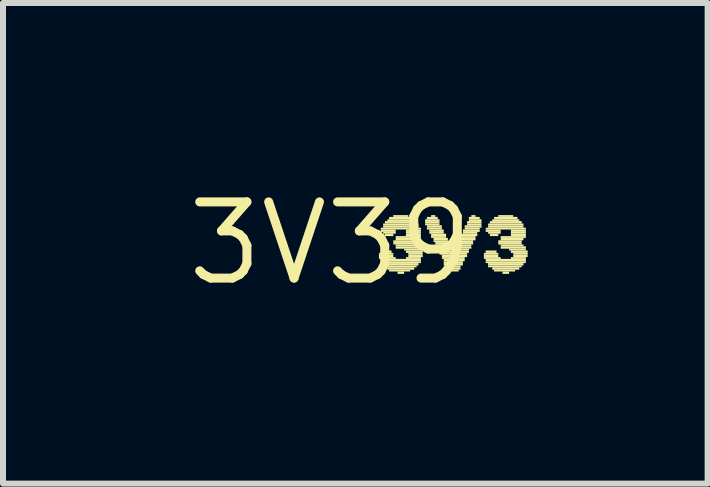
<source format=kicad_pcb>
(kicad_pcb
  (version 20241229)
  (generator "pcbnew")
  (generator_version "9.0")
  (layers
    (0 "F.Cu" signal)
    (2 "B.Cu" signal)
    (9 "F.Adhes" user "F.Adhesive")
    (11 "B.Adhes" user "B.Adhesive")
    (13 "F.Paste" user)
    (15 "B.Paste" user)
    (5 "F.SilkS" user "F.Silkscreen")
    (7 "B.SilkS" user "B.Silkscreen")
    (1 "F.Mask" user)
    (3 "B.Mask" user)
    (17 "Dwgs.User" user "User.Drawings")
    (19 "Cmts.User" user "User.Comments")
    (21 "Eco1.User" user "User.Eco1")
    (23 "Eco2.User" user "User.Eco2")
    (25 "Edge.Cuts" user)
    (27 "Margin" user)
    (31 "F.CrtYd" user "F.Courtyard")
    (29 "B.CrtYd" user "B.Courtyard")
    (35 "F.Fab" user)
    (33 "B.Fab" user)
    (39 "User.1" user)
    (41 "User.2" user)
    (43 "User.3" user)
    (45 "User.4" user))
  (footprint "3V39"
    (layer "F.Cu")
    (at 2.457 1.006)
    (property "Reference" "3V39" (at 0 0 0) (layer "F.SilkS") (effects (font (size 1.27 1.27) (thickness 0.15))))
    (attr through_hole)
    (fp_poly (pts (xy 0.81 0.19) (xy 1.05 0.19) (xy 1.05 0.16) (xy 0.81 0.16)) (stroke (width 0) (type solid)) (fill yes) (layer "F.SilkS"))
    (fp_poly (pts (xy 0.81 0.23) (xy 1.05 0.23) (xy 1.05 0.19) (xy 0.81 0.19)) (stroke (width 0) (type solid)) (fill yes) (layer "F.SilkS"))
    (fp_poly (pts (xy 0.81 0.26) (xy 1.09 0.26) (xy 1.09 0.23) (xy 0.81 0.23)) (stroke (width 0) (type solid)) (fill yes) (layer "F.SilkS"))
    (fp_poly (pts (xy 0.84 -0.23) (xy 1.51 -0.23) (xy 1.51 -0.26) (xy 0.84 -0.26)) (stroke (width 0) (type solid)) (fill yes) (layer "F.SilkS"))
    (fp_poly (pts (xy 0.84 -0.19) (xy 1.09 -0.19) (xy 1.09 -0.23) (xy 0.84 -0.23)) (stroke (width 0) (type solid)) (fill yes) (layer "F.SilkS"))
    (fp_poly (pts (xy 0.84 0.16) (xy 1.02 0.16) (xy 1.02 0.12) (xy 0.84 0.12)) (stroke (width 0) (type solid)) (fill yes) (layer "F.SilkS"))
    (fp_poly (pts (xy 0.84 0.3) (xy 1.51 0.3) (xy 1.51 0.26) (xy 0.84 0.26)) (stroke (width 0) (type solid)) (fill yes) (layer "F.SilkS"))
    (fp_poly (pts (xy 0.84 0.33) (xy 1.51 0.33) (xy 1.51 0.3) (xy 0.84 0.3)) (stroke (width 0) (type solid)) (fill yes) (layer "F.SilkS"))
    (fp_poly (pts (xy 0.88 -0.3) (xy 1.47 -0.3) (xy 1.47 -0.33) (xy 0.88 -0.33)) (stroke (width 0) (type solid)) (fill yes) (layer "F.SilkS"))
    (fp_poly (pts (xy 0.88 -0.26) (xy 1.47 -0.26) (xy 1.47 -0.3) (xy 0.88 -0.3)) (stroke (width 0) (type solid)) (fill yes) (layer "F.SilkS"))
    (fp_poly (pts (xy 0.88 -0.16) (xy 1.09 -0.16) (xy 1.09 -0.19) (xy 0.88 -0.19)) (stroke (width 0) (type solid)) (fill yes) (layer "F.SilkS"))
    (fp_poly (pts (xy 0.88 0.37) (xy 1.47 0.37) (xy 1.47 0.33) (xy 0.88 0.33)) (stroke (width 0) (type solid)) (fill yes) (layer "F.SilkS"))
    (fp_poly (pts (xy 0.88 0.4) (xy 1.44 0.4) (xy 1.44 0.37) (xy 0.88 0.37)) (stroke (width 0) (type solid)) (fill yes) (layer "F.SilkS"))
    (fp_poly (pts (xy 0.91 -0.33) (xy 1.44 -0.33) (xy 1.44 -0.37) (xy 0.91 -0.37)) (stroke (width 0) (type solid)) (fill yes) (layer "F.SilkS"))
    (fp_poly (pts (xy 0.91 -0.12) (xy 1.05 -0.12) (xy 1.05 -0.16) (xy 0.91 -0.16)) (stroke (width 0) (type solid)) (fill yes) (layer "F.SilkS"))
    (fp_poly (pts (xy 0.95 -0.37) (xy 1.4 -0.37) (xy 1.4 -0.4) (xy 0.95 -0.4)) (stroke (width 0) (type solid)) (fill yes) (layer "F.SilkS"))
    (fp_poly (pts (xy 0.95 0.44) (xy 1.4 0.44) (xy 1.4 0.4) (xy 0.95 0.4)) (stroke (width 0) (type solid)) (fill yes) (layer "F.SilkS"))
    (fp_poly (pts (xy 0.98 -0.4) (xy 1.37 -0.4) (xy 1.37 -0.44) (xy 0.98 -0.44)) (stroke (width 0) (type solid)) (fill yes) (layer "F.SilkS"))
    (fp_poly (pts (xy 0.98 0.47) (xy 1.33 0.47) (xy 1.33 0.44) (xy 0.98 0.44)) (stroke (width 0) (type solid)) (fill yes) (layer "F.SilkS"))
    (fp_poly (pts (xy 1.05 -0.44) (xy 1.3 -0.44) (xy 1.3 -0.47) (xy 1.05 -0.47)) (stroke (width 0) (type solid)) (fill yes) (layer "F.SilkS"))
    (fp_poly (pts (xy 1.05 -0.02) (xy 1.44 -0.02) (xy 1.44 -0.05) (xy 1.05 -0.05)) (stroke (width 0) (type solid)) (fill yes) (layer "F.SilkS"))
    (fp_poly (pts (xy 1.05 0.02) (xy 1.44 0.02) (xy 1.44 -0.02) (xy 1.05 -0.02)) (stroke (width 0) (type solid)) (fill yes) (layer "F.SilkS"))
    (fp_poly (pts (xy 1.09 -0.09) (xy 1.51 -0.09) (xy 1.51 -0.12) (xy 1.09 -0.12)) (stroke (width 0) (type solid)) (fill yes) (layer "F.SilkS"))
    (fp_poly (pts (xy 1.09 -0.05) (xy 1.47 -0.05) (xy 1.47 -0.09) (xy 1.09 -0.09)) (stroke (width 0) (type solid)) (fill yes) (layer "F.SilkS"))
    (fp_poly (pts (xy 1.09 0.05) (xy 1.47 0.05) (xy 1.47 0.02) (xy 1.09 0.02)) (stroke (width 0) (type solid)) (fill yes) (layer "F.SilkS"))
    (fp_poly (pts (xy 1.09 0.09) (xy 1.51 0.09) (xy 1.51 0.05) (xy 1.09 0.05)) (stroke (width 0) (type solid)) (fill yes) (layer "F.SilkS"))
    (fp_poly (pts (xy 1.12 0.51) (xy 1.23 0.51) (xy 1.23 0.47) (xy 1.12 0.47)) (stroke (width 0) (type solid)) (fill yes) (layer "F.SilkS"))
    (fp_poly (pts (xy 1.23 0.12) (xy 1.51 0.12) (xy 1.51 0.09) (xy 1.23 0.09)) (stroke (width 0) (type solid)) (fill yes) (layer "F.SilkS"))
    (fp_poly (pts (xy 1.26 -0.19) (xy 1.51 -0.19) (xy 1.51 -0.23) (xy 1.26 -0.23)) (stroke (width 0) (type solid)) (fill yes) (layer "F.SilkS"))
    (fp_poly (pts (xy 1.26 -0.16) (xy 1.51 -0.16) (xy 1.51 -0.19) (xy 1.26 -0.19)) (stroke (width 0) (type solid)) (fill yes) (layer "F.SilkS"))
    (fp_poly (pts (xy 1.26 -0.12) (xy 1.51 -0.12) (xy 1.51 -0.16) (xy 1.26 -0.16)) (stroke (width 0) (type solid)) (fill yes) (layer "F.SilkS"))
    (fp_poly (pts (xy 1.26 0.16) (xy 1.54 0.16) (xy 1.54 0.12) (xy 1.26 0.12)) (stroke (width 0) (type solid)) (fill yes) (layer "F.SilkS"))
    (fp_poly (pts (xy 1.26 0.26) (xy 1.51 0.26) (xy 1.51 0.23) (xy 1.26 0.23)) (stroke (width 0) (type solid)) (fill yes) (layer "F.SilkS"))
    (fp_poly (pts (xy 1.3 0.19) (xy 1.54 0.19) (xy 1.54 0.16) (xy 1.3 0.16)) (stroke (width 0) (type solid)) (fill yes) (layer "F.SilkS"))
    (fp_poly (pts (xy 1.3 0.23) (xy 1.54 0.23) (xy 1.54 0.19) (xy 1.3 0.19)) (stroke (width 0) (type solid)) (fill yes) (layer "F.SilkS"))
    (fp_poly (pts (xy 1.58 -0.37) (xy 1.82 -0.37) (xy 1.82 -0.4) (xy 1.58 -0.4)) (stroke (width 0) (type solid)) (fill yes) (layer "F.SilkS"))
    (fp_poly (pts (xy 1.58 -0.33) (xy 1.82 -0.33) (xy 1.82 -0.37) (xy 1.58 -0.37)) (stroke (width 0) (type solid)) (fill yes) (layer "F.SilkS"))
    (fp_poly (pts (xy 1.58 -0.3) (xy 1.82 -0.3) (xy 1.82 -0.33) (xy 1.58 -0.33)) (stroke (width 0) (type solid)) (fill yes) (layer "F.SilkS"))
    (fp_poly (pts (xy 1.61 -0.4) (xy 1.79 -0.4) (xy 1.79 -0.44) (xy 1.61 -0.44)) (stroke (width 0) (type solid)) (fill yes) (layer "F.SilkS"))
    (fp_poly (pts (xy 1.61 -0.26) (xy 1.86 -0.26) (xy 1.86 -0.3) (xy 1.61 -0.3)) (stroke (width 0) (type solid)) (fill yes) (layer "F.SilkS"))
    (fp_poly (pts (xy 1.61 -0.23) (xy 1.86 -0.23) (xy 1.86 -0.26) (xy 1.61 -0.26)) (stroke (width 0) (type solid)) (fill yes) (layer "F.SilkS"))
    (fp_poly (pts (xy 1.65 -0.19) (xy 1.89 -0.19) (xy 1.89 -0.23) (xy 1.65 -0.23)) (stroke (width 0) (type solid)) (fill yes) (layer "F.SilkS"))
    (fp_poly (pts (xy 1.65 -0.16) (xy 1.89 -0.16) (xy 1.89 -0.19) (xy 1.65 -0.19)) (stroke (width 0) (type solid)) (fill yes) (layer "F.SilkS"))
    (fp_poly (pts (xy 1.68 -0.44) (xy 1.75 -0.44) (xy 1.75 -0.47) (xy 1.68 -0.47)) (stroke (width 0) (type solid)) (fill yes) (layer "F.SilkS"))
    (fp_poly (pts (xy 1.68 -0.12) (xy 1.93 -0.12) (xy 1.93 -0.16) (xy 1.68 -0.16)) (stroke (width 0) (type solid)) (fill yes) (layer "F.SilkS"))
    (fp_poly (pts (xy 1.68 -0.09) (xy 1.93 -0.09) (xy 1.93 -0.12) (xy 1.68 -0.12)) (stroke (width 0) (type solid)) (fill yes) (layer "F.SilkS"))
    (fp_poly (pts (xy 1.72 -0.05) (xy 1.96 -0.05) (xy 1.96 -0.09) (xy 1.72 -0.09)) (stroke (width 0) (type solid)) (fill yes) (layer "F.SilkS"))
    (fp_poly (pts (xy 1.72 -0.02) (xy 1.96 -0.02) (xy 1.96 -0.05) (xy 1.72 -0.05)) (stroke (width 0) (type solid)) (fill yes) (layer "F.SilkS"))
    (fp_poly (pts (xy 1.75 0.02) (xy 2 0.02) (xy 2 -0.02) (xy 1.75 -0.02)) (stroke (width 0) (type solid)) (fill yes) (layer "F.SilkS"))
    (fp_poly (pts (xy 1.75 0.05) (xy 2 0.05) (xy 2 0.02) (xy 1.75 0.02)) (stroke (width 0) (type solid)) (fill yes) (layer "F.SilkS"))
    (fp_poly (pts (xy 1.79 0.09) (xy 2.03 0.09) (xy 2.03 0.05) (xy 1.79 0.05)) (stroke (width 0) (type solid)) (fill yes) (layer "F.SilkS"))
    (fp_poly (pts (xy 1.79 0.12) (xy 2.03 0.12) (xy 2.03 0.09) (xy 1.79 0.09)) (stroke (width 0) (type solid)) (fill yes) (layer "F.SilkS"))
    (fp_poly (pts (xy 1.82 0.16) (xy 2.31 0.16) (xy 2.31 0.12) (xy 1.82 0.12)) (stroke (width 0) (type solid)) (fill yes) (layer "F.SilkS"))
    (fp_poly (pts (xy 1.82 0.19) (xy 2.28 0.19) (xy 2.28 0.16) (xy 1.82 0.16)) (stroke (width 0) (type solid)) (fill yes) (layer "F.SilkS"))
    (fp_poly (pts (xy 1.86 0.23) (xy 2.28 0.23) (xy 2.28 0.19) (xy 1.86 0.19)) (stroke (width 0) (type solid)) (fill yes) (layer "F.SilkS"))
    (fp_poly (pts (xy 1.86 0.26) (xy 2.24 0.26) (xy 2.24 0.23) (xy 1.86 0.23)) (stroke (width 0) (type solid)) (fill yes) (layer "F.SilkS"))
    (fp_poly (pts (xy 1.89 0.3) (xy 2.24 0.3) (xy 2.24 0.26) (xy 1.89 0.26)) (stroke (width 0) (type solid)) (fill yes) (layer "F.SilkS"))
    (fp_poly (pts (xy 1.89 0.33) (xy 2.21 0.33) (xy 2.21 0.3) (xy 1.89 0.3)) (stroke (width 0) (type solid)) (fill yes) (layer "F.SilkS"))
    (fp_poly (pts (xy 1.89 0.37) (xy 2.21 0.37) (xy 2.21 0.33) (xy 1.89 0.33)) (stroke (width 0) (type solid)) (fill yes) (layer "F.SilkS"))
    (fp_poly (pts (xy 1.93 0.4) (xy 2.17 0.4) (xy 2.17 0.37) (xy 1.93 0.37)) (stroke (width 0) (type solid)) (fill yes) (layer "F.SilkS"))
    (fp_poly (pts (xy 1.93 0.44) (xy 2.17 0.44) (xy 2.17 0.4) (xy 1.93 0.4)) (stroke (width 0) (type solid)) (fill yes) (layer "F.SilkS"))
    (fp_poly (pts (xy 2 0.47) (xy 2.14 0.47) (xy 2.14 0.44) (xy 2 0.44)) (stroke (width 0) (type solid)) (fill yes) (layer "F.SilkS"))
    (fp_poly (pts (xy 2.07 0.12) (xy 2.31 0.12) (xy 2.31 0.09) (xy 2.07 0.09)) (stroke (width 0) (type solid)) (fill yes) (layer "F.SilkS"))
    (fp_poly (pts (xy 2.1 0.05) (xy 2.35 0.05) (xy 2.35 0.02) (xy 2.1 0.02)) (stroke (width 0) (type solid)) (fill yes) (layer "F.SilkS"))
    (fp_poly (pts (xy 2.1 0.09) (xy 2.35 0.09) (xy 2.35 0.05) (xy 2.1 0.05)) (stroke (width 0) (type solid)) (fill yes) (layer "F.SilkS"))
    (fp_poly (pts (xy 2.14 -0.02) (xy 2.38 -0.02) (xy 2.38 -0.05) (xy 2.14 -0.05)) (stroke (width 0) (type solid)) (fill yes) (layer "F.SilkS"))
    (fp_poly (pts (xy 2.14 0.02) (xy 2.38 0.02) (xy 2.38 -0.02) (xy 2.14 -0.02)) (stroke (width 0) (type solid)) (fill yes) (layer "F.SilkS"))
    (fp_poly (pts (xy 2.17 -0.12) (xy 2.45 -0.12) (xy 2.45 -0.16) (xy 2.17 -0.16)) (stroke (width 0) (type solid)) (fill yes) (layer "F.SilkS"))
    (fp_poly (pts (xy 2.17 -0.09) (xy 2.42 -0.09) (xy 2.42 -0.12) (xy 2.17 -0.12)) (stroke (width 0) (type solid)) (fill yes) (layer "F.SilkS"))
    (fp_poly (pts (xy 2.17 -0.05) (xy 2.42 -0.05) (xy 2.42 -0.09) (xy 2.17 -0.09)) (stroke (width 0) (type solid)) (fill yes) (layer "F.SilkS"))
    (fp_poly (pts (xy 2.21 -0.19) (xy 2.49 -0.19) (xy 2.49 -0.23) (xy 2.21 -0.23)) (stroke (width 0) (type solid)) (fill yes) (layer "F.SilkS"))
    (fp_poly (pts (xy 2.21 -0.16) (xy 2.45 -0.16) (xy 2.45 -0.19) (xy 2.21 -0.19)) (stroke (width 0) (type solid)) (fill yes) (layer "F.SilkS"))
    (fp_poly (pts (xy 2.24 -0.26) (xy 2.52 -0.26) (xy 2.52 -0.3) (xy 2.24 -0.3)) (stroke (width 0) (type solid)) (fill yes) (layer "F.SilkS"))
    (fp_poly (pts (xy 2.24 -0.23) (xy 2.49 -0.23) (xy 2.49 -0.26) (xy 2.24 -0.26)) (stroke (width 0) (type solid)) (fill yes) (layer "F.SilkS"))
    (fp_poly (pts (xy 2.28 -0.33) (xy 2.52 -0.33) (xy 2.52 -0.37) (xy 2.28 -0.37)) (stroke (width 0) (type solid)) (fill yes) (layer "F.SilkS"))
    (fp_poly (pts (xy 2.28 -0.3) (xy 2.52 -0.3) (xy 2.52 -0.33) (xy 2.28 -0.33)) (stroke (width 0) (type solid)) (fill yes) (layer "F.SilkS"))
    (fp_poly (pts (xy 2.31 -0.4) (xy 2.49 -0.4) (xy 2.49 -0.44) (xy 2.31 -0.44)) (stroke (width 0) (type solid)) (fill yes) (layer "F.SilkS"))
    (fp_poly (pts (xy 2.31 -0.37) (xy 2.52 -0.37) (xy 2.52 -0.4) (xy 2.31 -0.4)) (stroke (width 0) (type solid)) (fill yes) (layer "F.SilkS"))
    (fp_poly (pts (xy 2.35 -0.44) (xy 2.42 -0.44) (xy 2.42 -0.47) (xy 2.35 -0.47)) (stroke (width 0) (type solid)) (fill yes) (layer "F.SilkS"))
    (fp_poly (pts (xy 2.56 0.19) (xy 2.8 0.19) (xy 2.8 0.16) (xy 2.56 0.16)) (stroke (width 0) (type solid)) (fill yes) (layer "F.SilkS"))
    (fp_poly (pts (xy 2.56 0.23) (xy 2.8 0.23) (xy 2.8 0.19) (xy 2.56 0.19)) (stroke (width 0) (type solid)) (fill yes) (layer "F.SilkS"))
    (fp_poly (pts (xy 2.56 0.26) (xy 2.84 0.26) (xy 2.84 0.23) (xy 2.56 0.23)) (stroke (width 0) (type solid)) (fill yes) (layer "F.SilkS"))
    (fp_poly (pts (xy 2.59 -0.23) (xy 3.26 -0.23) (xy 3.26 -0.26) (xy 2.59 -0.26)) (stroke (width 0) (type solid)) (fill yes) (layer "F.SilkS"))
    (fp_poly (pts (xy 2.59 -0.19) (xy 2.84 -0.19) (xy 2.84 -0.23) (xy 2.59 -0.23)) (stroke (width 0) (type solid)) (fill yes) (layer "F.SilkS"))
    (fp_poly (pts (xy 2.59 0.16) (xy 2.77 0.16) (xy 2.77 0.12) (xy 2.59 0.12)) (stroke (width 0) (type solid)) (fill yes) (layer "F.SilkS"))
    (fp_poly (pts (xy 2.59 0.3) (xy 3.26 0.3) (xy 3.26 0.26) (xy 2.59 0.26)) (stroke (width 0) (type solid)) (fill yes) (layer "F.SilkS"))
    (fp_poly (pts (xy 2.59 0.33) (xy 3.26 0.33) (xy 3.26 0.3) (xy 2.59 0.3)) (stroke (width 0) (type solid)) (fill yes) (layer "F.SilkS"))
    (fp_poly (pts (xy 2.63 -0.3) (xy 3.22 -0.3) (xy 3.22 -0.33) (xy 2.63 -0.33)) (stroke (width 0) (type solid)) (fill yes) (layer "F.SilkS"))
    (fp_poly (pts (xy 2.63 -0.26) (xy 3.22 -0.26) (xy 3.22 -0.3) (xy 2.63 -0.3)) (stroke (width 0) (type solid)) (fill yes) (layer "F.SilkS"))
    (fp_poly (pts (xy 2.63 -0.16) (xy 2.84 -0.16) (xy 2.84 -0.19) (xy 2.63 -0.19)) (stroke (width 0) (type solid)) (fill yes) (layer "F.SilkS"))
    (fp_poly (pts (xy 2.63 0.37) (xy 3.22 0.37) (xy 3.22 0.33) (xy 2.63 0.33)) (stroke (width 0) (type solid)) (fill yes) (layer "F.SilkS"))
    (fp_poly (pts (xy 2.63 0.4) (xy 3.19 0.4) (xy 3.19 0.37) (xy 2.63 0.37)) (stroke (width 0) (type solid)) (fill yes) (layer "F.SilkS"))
    (fp_poly (pts (xy 2.66 -0.33) (xy 3.19 -0.33) (xy 3.19 -0.37) (xy 2.66 -0.37)) (stroke (width 0) (type solid)) (fill yes) (layer "F.SilkS"))
    (fp_poly (pts (xy 2.66 -0.12) (xy 2.8 -0.12) (xy 2.8 -0.16) (xy 2.66 -0.16)) (stroke (width 0) (type solid)) (fill yes) (layer "F.SilkS"))
    (fp_poly (pts (xy 2.7 -0.37) (xy 3.15 -0.37) (xy 3.15 -0.4) (xy 2.7 -0.4)) (stroke (width 0) (type solid)) (fill yes) (layer "F.SilkS"))
    (fp_poly (pts (xy 2.7 0.44) (xy 3.15 0.44) (xy 3.15 0.4) (xy 2.7 0.4)) (stroke (width 0) (type solid)) (fill yes) (layer "F.SilkS"))
    (fp_poly (pts (xy 2.73 -0.4) (xy 3.12 -0.4) (xy 3.12 -0.44) (xy 2.73 -0.44)) (stroke (width 0) (type solid)) (fill yes) (layer "F.SilkS"))
    (fp_poly (pts (xy 2.73 0.47) (xy 3.08 0.47) (xy 3.08 0.44) (xy 2.73 0.44)) (stroke (width 0) (type solid)) (fill yes) (layer "F.SilkS"))
    (fp_poly (pts (xy 2.8 -0.44) (xy 3.05 -0.44) (xy 3.05 -0.47) (xy 2.8 -0.47)) (stroke (width 0) (type solid)) (fill yes) (layer "F.SilkS"))
    (fp_poly (pts (xy 2.8 -0.02) (xy 3.19 -0.02) (xy 3.19 -0.05) (xy 2.8 -0.05)) (stroke (width 0) (type solid)) (fill yes) (layer "F.SilkS"))
    (fp_poly (pts (xy 2.8 0.02) (xy 3.19 0.02) (xy 3.19 -0.02) (xy 2.8 -0.02)) (stroke (width 0) (type solid)) (fill yes) (layer "F.SilkS"))
    (fp_poly (pts (xy 2.84 -0.09) (xy 3.26 -0.09) (xy 3.26 -0.12) (xy 2.84 -0.12)) (stroke (width 0) (type solid)) (fill yes) (layer "F.SilkS"))
    (fp_poly (pts (xy 2.84 -0.05) (xy 3.22 -0.05) (xy 3.22 -0.09) (xy 2.84 -0.09)) (stroke (width 0) (type solid)) (fill yes) (layer "F.SilkS"))
    (fp_poly (pts (xy 2.84 0.05) (xy 3.22 0.05) (xy 3.22 0.02) (xy 2.84 0.02)) (stroke (width 0) (type solid)) (fill yes) (layer "F.SilkS"))
    (fp_poly (pts (xy 2.84 0.09) (xy 3.26 0.09) (xy 3.26 0.05) (xy 2.84 0.05)) (stroke (width 0) (type solid)) (fill yes) (layer "F.SilkS"))
    (fp_poly (pts (xy 2.87 0.51) (xy 2.98 0.51) (xy 2.98 0.47) (xy 2.87 0.47)) (stroke (width 0) (type solid)) (fill yes) (layer "F.SilkS"))
    (fp_poly (pts (xy 2.98 0.12) (xy 3.26 0.12) (xy 3.26 0.09) (xy 2.98 0.09)) (stroke (width 0) (type solid)) (fill yes) (layer "F.SilkS"))
    (fp_poly (pts (xy 3.01 -0.19) (xy 3.26 -0.19) (xy 3.26 -0.23) (xy 3.01 -0.23)) (stroke (width 0) (type solid)) (fill yes) (layer "F.SilkS"))
    (fp_poly (pts (xy 3.01 -0.16) (xy 3.26 -0.16) (xy 3.26 -0.19) (xy 3.01 -0.19)) (stroke (width 0) (type solid)) (fill yes) (layer "F.SilkS"))
    (fp_poly (pts (xy 3.01 -0.12) (xy 3.26 -0.12) (xy 3.26 -0.16) (xy 3.01 -0.16)) (stroke (width 0) (type solid)) (fill yes) (layer "F.SilkS"))
    (fp_poly (pts (xy 3.01 0.16) (xy 3.29 0.16) (xy 3.29 0.12) (xy 3.01 0.12)) (stroke (width 0) (type solid)) (fill yes) (layer "F.SilkS"))
    (fp_poly (pts (xy 3.01 0.26) (xy 3.26 0.26) (xy 3.26 0.23) (xy 3.01 0.23)) (stroke (width 0) (type solid)) (fill yes) (layer "F.SilkS"))
    (fp_poly (pts (xy 3.05 0.19) (xy 3.29 0.19) (xy 3.29 0.16) (xy 3.05 0.16)) (stroke (width 0) (type solid)) (fill yes) (layer "F.SilkS"))
    (fp_poly (pts (xy 3.05 0.23) (xy 3.29 0.23) (xy 3.29 0.19) (xy 3.05 0.19)) (stroke (width 0) (type solid)) (fill yes) (layer "F.SilkS")))
  (gr_rect
    (start -3 -3)
    (end 8.747 5.012)
    (stroke (width 0.1) (type default))
    (fill no)
    (layer "Edge.Cuts")))
</source>
